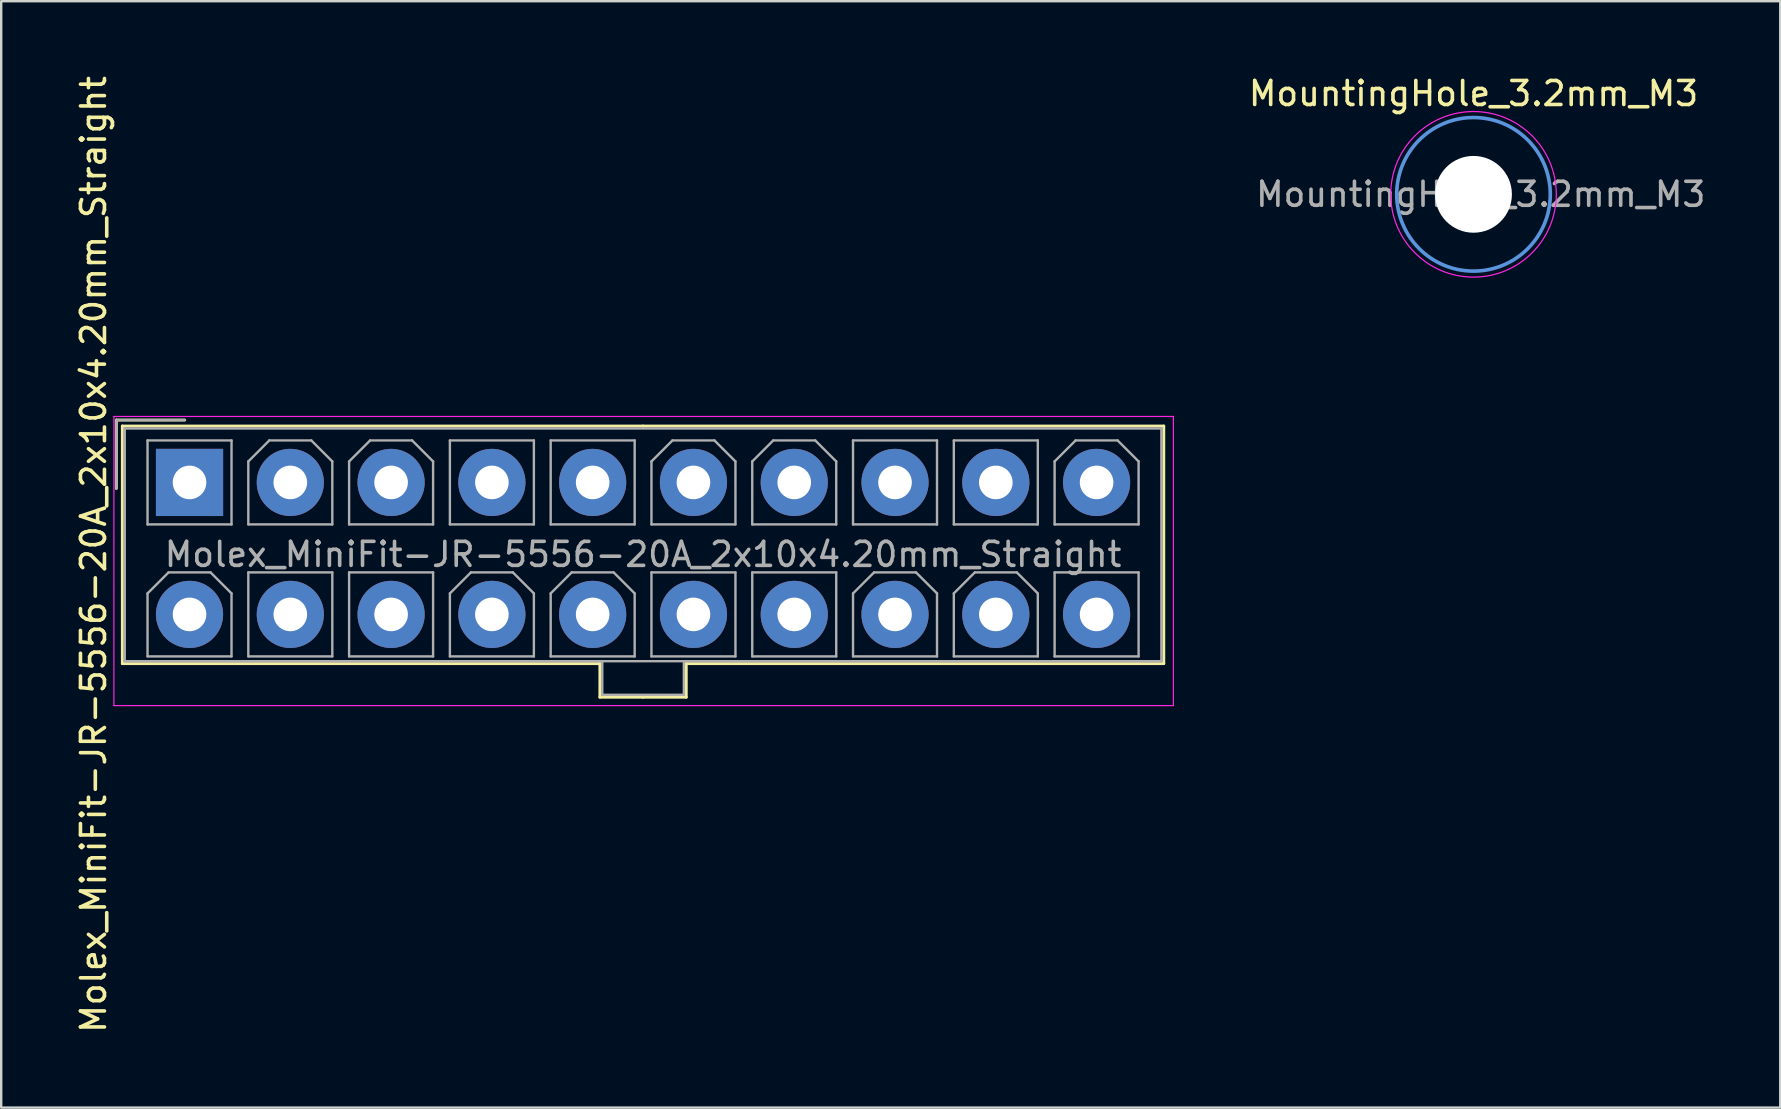
<source format=kicad_pcb>
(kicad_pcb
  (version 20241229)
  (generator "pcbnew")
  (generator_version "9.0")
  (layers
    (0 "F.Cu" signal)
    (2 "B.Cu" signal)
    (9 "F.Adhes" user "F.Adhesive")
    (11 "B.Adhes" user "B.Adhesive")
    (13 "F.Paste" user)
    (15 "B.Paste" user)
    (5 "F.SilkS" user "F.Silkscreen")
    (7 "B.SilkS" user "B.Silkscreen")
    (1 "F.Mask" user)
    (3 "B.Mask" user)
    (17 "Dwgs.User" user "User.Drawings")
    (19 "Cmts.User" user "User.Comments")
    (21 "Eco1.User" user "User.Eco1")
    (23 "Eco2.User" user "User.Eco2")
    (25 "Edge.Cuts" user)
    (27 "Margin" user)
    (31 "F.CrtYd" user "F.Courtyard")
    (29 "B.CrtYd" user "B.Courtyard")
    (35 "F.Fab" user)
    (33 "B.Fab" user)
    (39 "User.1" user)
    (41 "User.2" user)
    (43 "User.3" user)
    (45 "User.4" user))
  (footprint "Molex_MiniFit-JR-5556-20A_2x10x4.20mm_Straight"
    (layer "F.Cu")
    (at 4.848 17.054)
    (property "Reference" "Molex_MiniFit-JR-5556-20A_2x10x4.20mm_Straight" (at -4 3 90) (layer "F.SilkS") (effects (font (size 1 1) (thickness 0.15))))
    (attr through_hole)
    (fp_line (start -3.05 -2.6) (end -3.05 0.25) (stroke (width 0.12) (type solid)) (layer "F.SilkS"))
    (fp_line (start -2.8 -2.35) (end -2.8 7.55) (stroke (width 0.12) (type solid)) (layer "F.SilkS"))
    (fp_line (start -2.8 7.55) (end 17.1 7.55) (stroke (width 0.12) (type solid)) (layer "F.SilkS"))
    (fp_line (start -0.2 -2.6) (end -3.05 -2.6) (stroke (width 0.12) (type solid)) (layer "F.SilkS"))
    (fp_line (start 17.1 7.55) (end 17.1 8.95) (stroke (width 0.12) (type solid)) (layer "F.SilkS"))
    (fp_line (start 17.1 8.95) (end 18.9 8.95) (stroke (width 0.12) (type solid)) (layer "F.SilkS"))
    (fp_line (start 18.9 -2.35) (end -2.8 -2.35) (stroke (width 0.12) (type solid)) (layer "F.SilkS"))
    (fp_line (start 18.9 -2.35) (end 40.6 -2.35) (stroke (width 0.12) (type solid)) (layer "F.SilkS"))
    (fp_line (start 20.7 7.55) (end 20.7 8.95) (stroke (width 0.12) (type solid)) (layer "F.SilkS"))
    (fp_line (start 20.7 8.95) (end 18.9 8.95) (stroke (width 0.12) (type solid)) (layer "F.SilkS"))
    (fp_line (start 40.6 -2.35) (end 40.6 7.55) (stroke (width 0.12) (type solid)) (layer "F.SilkS"))
    (fp_line (start 40.6 7.55) (end 20.7 7.55) (stroke (width 0.12) (type solid)) (layer "F.SilkS"))
    (fp_line (start -3.15 -2.75) (end -3.15 9.3) (stroke (width 0.05) (type solid)) (layer "F.CrtYd"))
    (fp_line (start -3.15 9.3) (end 41 9.3) (stroke (width 0.05) (type solid)) (layer "F.CrtYd"))
    (fp_line (start 41 -2.75) (end -3.15 -2.75) (stroke (width 0.05) (type solid)) (layer "F.CrtYd"))
    (fp_line (start 41 9.3) (end 41 -2.75) (stroke (width 0.05) (type solid)) (layer "F.CrtYd"))
    (fp_line (start -3.05 -2.6) (end -3.05 0.25) (stroke (width 0.1) (type solid)) (layer "F.Fab"))
    (fp_line (start -2.7 -2.25) (end -2.7 7.45) (stroke (width 0.1) (type solid)) (layer "F.Fab"))
    (fp_line (start -2.7 7.45) (end 40.5 7.45) (stroke (width 0.1) (type solid)) (layer "F.Fab"))
    (fp_line (start -1.75 -1.75) (end -1.75 1.75) (stroke (width 0.1) (type solid)) (layer "F.Fab"))
    (fp_line (start -1.75 1.75) (end 1.75 1.75) (stroke (width 0.1) (type solid)) (layer "F.Fab"))
    (fp_line (start -1.75 4.625) (end -0.875 3.75) (stroke (width 0.1) (type solid)) (layer "F.Fab"))
    (fp_line (start -1.75 7.25) (end -1.75 4.625) (stroke (width 0.1) (type solid)) (layer "F.Fab"))
    (fp_line (start -0.875 3.75) (end 0.875 3.75) (stroke (width 0.1) (type solid)) (layer "F.Fab"))
    (fp_line (start -0.2 -2.6) (end -3.05 -2.6) (stroke (width 0.1) (type solid)) (layer "F.Fab"))
    (fp_line (start 0.875 3.75) (end 1.75 4.625) (stroke (width 0.1) (type solid)) (layer "F.Fab"))
    (fp_line (start 1.75 -1.75) (end -1.75 -1.75) (stroke (width 0.1) (type solid)) (layer "F.Fab"))
    (fp_line (start 1.75 1.75) (end 1.75 -1.75) (stroke (width 0.1) (type solid)) (layer "F.Fab"))
    (fp_line (start 1.75 4.625) (end 1.75 7.25) (stroke (width 0.1) (type solid)) (layer "F.Fab"))
    (fp_line (start 1.75 7.25) (end -1.75 7.25) (stroke (width 0.1) (type solid)) (layer "F.Fab"))
    (fp_line (start 2.45 -0.875) (end 3.325 -1.75) (stroke (width 0.1) (type solid)) (layer "F.Fab"))
    (fp_line (start 2.45 1.75) (end 2.45 -0.875) (stroke (width 0.1) (type solid)) (layer "F.Fab"))
    (fp_line (start 2.45 3.75) (end 2.45 7.25) (stroke (width 0.1) (type solid)) (layer "F.Fab"))
    (fp_line (start 2.45 7.25) (end 5.95 7.25) (stroke (width 0.1) (type solid)) (layer "F.Fab"))
    (fp_line (start 3.325 -1.75) (end 5.075 -1.75) (stroke (width 0.1) (type solid)) (layer "F.Fab"))
    (fp_line (start 5.075 -1.75) (end 5.95 -0.875) (stroke (width 0.1) (type solid)) (layer "F.Fab"))
    (fp_line (start 5.95 -0.875) (end 5.95 1.75) (stroke (width 0.1) (type solid)) (layer "F.Fab"))
    (fp_line (start 5.95 1.75) (end 2.45 1.75) (stroke (width 0.1) (type solid)) (layer "F.Fab"))
    (fp_line (start 5.95 3.75) (end 2.45 3.75) (stroke (width 0.1) (type solid)) (layer "F.Fab"))
    (fp_line (start 5.95 7.25) (end 5.95 3.75) (stroke (width 0.1) (type solid)) (layer "F.Fab"))
    (fp_line (start 6.65 -0.875) (end 7.525 -1.75) (stroke (width 0.1) (type solid)) (layer "F.Fab"))
    (fp_line (start 6.65 1.75) (end 6.65 -0.875) (stroke (width 0.1) (type solid)) (layer "F.Fab"))
    (fp_line (start 6.65 3.75) (end 6.65 7.25) (stroke (width 0.1) (type solid)) (layer "F.Fab"))
    (fp_line (start 6.65 7.25) (end 10.15 7.25) (stroke (width 0.1) (type solid)) (layer "F.Fab"))
    (fp_line (start 7.525 -1.75) (end 9.275 -1.75) (stroke (width 0.1) (type solid)) (layer "F.Fab"))
    (fp_line (start 9.275 -1.75) (end 10.15 -0.875) (stroke (width 0.1) (type solid)) (layer "F.Fab"))
    (fp_line (start 10.15 -0.875) (end 10.15 1.75) (stroke (width 0.1) (type solid)) (layer "F.Fab"))
    (fp_line (start 10.15 1.75) (end 6.65 1.75) (stroke (width 0.1) (type solid)) (layer "F.Fab"))
    (fp_line (start 10.15 3.75) (end 6.65 3.75) (stroke (width 0.1) (type solid)) (layer "F.Fab"))
    (fp_line (start 10.15 7.25) (end 10.15 3.75) (stroke (width 0.1) (type solid)) (layer "F.Fab"))
    (fp_line (start 10.85 -1.75) (end 10.85 1.75) (stroke (width 0.1) (type solid)) (layer "F.Fab"))
    (fp_line (start 10.85 1.75) (end 14.35 1.75) (stroke (width 0.1) (type solid)) (layer "F.Fab"))
    (fp_line (start 10.85 4.625) (end 11.725 3.75) (stroke (width 0.1) (type solid)) (layer "F.Fab"))
    (fp_line (start 10.85 7.25) (end 10.85 4.625) (stroke (width 0.1) (type solid)) (layer "F.Fab"))
    (fp_line (start 11.725 3.75) (end 13.475 3.75) (stroke (width 0.1) (type solid)) (layer "F.Fab"))
    (fp_line (start 13.475 3.75) (end 14.35 4.625) (stroke (width 0.1) (type solid)) (layer "F.Fab"))
    (fp_line (start 14.35 -1.75) (end 10.85 -1.75) (stroke (width 0.1) (type solid)) (layer "F.Fab"))
    (fp_line (start 14.35 1.75) (end 14.35 -1.75) (stroke (width 0.1) (type solid)) (layer "F.Fab"))
    (fp_line (start 14.35 4.625) (end 14.35 7.25) (stroke (width 0.1) (type solid)) (layer "F.Fab"))
    (fp_line (start 14.35 7.25) (end 10.85 7.25) (stroke (width 0.1) (type solid)) (layer "F.Fab"))
    (fp_line (start 15.05 -1.75) (end 15.05 1.75) (stroke (width 0.1) (type solid)) (layer "F.Fab"))
    (fp_line (start 15.05 1.75) (end 18.55 1.75) (stroke (width 0.1) (type solid)) (layer "F.Fab"))
    (fp_line (start 15.05 4.625) (end 15.925 3.75) (stroke (width 0.1) (type solid)) (layer "F.Fab"))
    (fp_line (start 15.05 7.25) (end 15.05 4.625) (stroke (width 0.1) (type solid)) (layer "F.Fab"))
    (fp_line (start 15.925 3.75) (end 17.675 3.75) (stroke (width 0.1) (type solid)) (layer "F.Fab"))
    (fp_line (start 17.2 7.45) (end 17.2 8.85) (stroke (width 0.1) (type solid)) (layer "F.Fab"))
    (fp_line (start 17.2 8.85) (end 20.6 8.85) (stroke (width 0.1) (type solid)) (layer "F.Fab"))
    (fp_line (start 17.675 3.75) (end 18.55 4.625) (stroke (width 0.1) (type solid)) (layer "F.Fab"))
    (fp_line (start 18.55 -1.75) (end 15.05 -1.75) (stroke (width 0.1) (type solid)) (layer "F.Fab"))
    (fp_line (start 18.55 1.75) (end 18.55 -1.75) (stroke (width 0.1) (type solid)) (layer "F.Fab"))
    (fp_line (start 18.55 4.625) (end 18.55 7.25) (stroke (width 0.1) (type solid)) (layer "F.Fab"))
    (fp_line (start 18.55 7.25) (end 15.05 7.25) (stroke (width 0.1) (type solid)) (layer "F.Fab"))
    (fp_line (start 19.25 -0.875) (end 20.125 -1.75) (stroke (width 0.1) (type solid)) (layer "F.Fab"))
    (fp_line (start 19.25 1.75) (end 19.25 -0.875) (stroke (width 0.1) (type solid)) (layer "F.Fab"))
    (fp_line (start 19.25 3.75) (end 19.25 7.25) (stroke (width 0.1) (type solid)) (layer "F.Fab"))
    (fp_line (start 19.25 7.25) (end 22.75 7.25) (stroke (width 0.1) (type solid)) (layer "F.Fab"))
    (fp_line (start 20.125 -1.75) (end 21.875 -1.75) (stroke (width 0.1) (type solid)) (layer "F.Fab"))
    (fp_line (start 20.6 8.85) (end 20.6 7.45) (stroke (width 0.1) (type solid)) (layer "F.Fab"))
    (fp_line (start 21.875 -1.75) (end 22.75 -0.875) (stroke (width 0.1) (type solid)) (layer "F.Fab"))
    (fp_line (start 22.75 -0.875) (end 22.75 1.75) (stroke (width 0.1) (type solid)) (layer "F.Fab"))
    (fp_line (start 22.75 1.75) (end 19.25 1.75) (stroke (width 0.1) (type solid)) (layer "F.Fab"))
    (fp_line (start 22.75 3.75) (end 19.25 3.75) (stroke (width 0.1) (type solid)) (layer "F.Fab"))
    (fp_line (start 22.75 7.25) (end 22.75 3.75) (stroke (width 0.1) (type solid)) (layer "F.Fab"))
    (fp_line (start 23.45 -0.875) (end 24.325 -1.75) (stroke (width 0.1) (type solid)) (layer "F.Fab"))
    (fp_line (start 23.45 1.75) (end 23.45 -0.875) (stroke (width 0.1) (type solid)) (layer "F.Fab"))
    (fp_line (start 23.45 3.75) (end 23.45 7.25) (stroke (width 0.1) (type solid)) (layer "F.Fab"))
    (fp_line (start 23.45 7.25) (end 26.95 7.25) (stroke (width 0.1) (type solid)) (layer "F.Fab"))
    (fp_line (start 24.325 -1.75) (end 26.075 -1.75) (stroke (width 0.1) (type solid)) (layer "F.Fab"))
    (fp_line (start 26.075 -1.75) (end 26.95 -0.875) (stroke (width 0.1) (type solid)) (layer "F.Fab"))
    (fp_line (start 26.95 -0.875) (end 26.95 1.75) (stroke (width 0.1) (type solid)) (layer "F.Fab"))
    (fp_line (start 26.95 1.75) (end 23.45 1.75) (stroke (width 0.1) (type solid)) (layer "F.Fab"))
    (fp_line (start 26.95 3.75) (end 23.45 3.75) (stroke (width 0.1) (type solid)) (layer "F.Fab"))
    (fp_line (start 26.95 7.25) (end 26.95 3.75) (stroke (width 0.1) (type solid)) (layer "F.Fab"))
    (fp_line (start 27.65 -1.75) (end 27.65 1.75) (stroke (width 0.1) (type solid)) (layer "F.Fab"))
    (fp_line (start 27.65 1.75) (end 31.15 1.75) (stroke (width 0.1) (type solid)) (layer "F.Fab"))
    (fp_line (start 27.65 4.625) (end 28.525 3.75) (stroke (width 0.1) (type solid)) (layer "F.Fab"))
    (fp_line (start 27.65 7.25) (end 27.65 4.625) (stroke (width 0.1) (type solid)) (layer "F.Fab"))
    (fp_line (start 28.525 3.75) (end 30.275 3.75) (stroke (width 0.1) (type solid)) (layer "F.Fab"))
    (fp_line (start 30.275 3.75) (end 31.15 4.625) (stroke (width 0.1) (type solid)) (layer "F.Fab"))
    (fp_line (start 31.15 -1.75) (end 27.65 -1.75) (stroke (width 0.1) (type solid)) (layer "F.Fab"))
    (fp_line (start 31.15 1.75) (end 31.15 -1.75) (stroke (width 0.1) (type solid)) (layer "F.Fab"))
    (fp_line (start 31.15 4.625) (end 31.15 7.25) (stroke (width 0.1) (type solid)) (layer "F.Fab"))
    (fp_line (start 31.15 7.25) (end 27.65 7.25) (stroke (width 0.1) (type solid)) (layer "F.Fab"))
    (fp_line (start 31.85 -1.75) (end 31.85 1.75) (stroke (width 0.1) (type solid)) (layer "F.Fab"))
    (fp_line (start 31.85 1.75) (end 35.35 1.75) (stroke (width 0.1) (type solid)) (layer "F.Fab"))
    (fp_line (start 31.85 4.625) (end 32.725 3.75) (stroke (width 0.1) (type solid)) (layer "F.Fab"))
    (fp_line (start 31.85 7.25) (end 31.85 4.625) (stroke (width 0.1) (type solid)) (layer "F.Fab"))
    (fp_line (start 32.725 3.75) (end 34.475 3.75) (stroke (width 0.1) (type solid)) (layer "F.Fab"))
    (fp_line (start 34.475 3.75) (end 35.35 4.625) (stroke (width 0.1) (type solid)) (layer "F.Fab"))
    (fp_line (start 35.35 -1.75) (end 31.85 -1.75) (stroke (width 0.1) (type solid)) (layer "F.Fab"))
    (fp_line (start 35.35 1.75) (end 35.35 -1.75) (stroke (width 0.1) (type solid)) (layer "F.Fab"))
    (fp_line (start 35.35 4.625) (end 35.35 7.25) (stroke (width 0.1) (type solid)) (layer "F.Fab"))
    (fp_line (start 35.35 7.25) (end 31.85 7.25) (stroke (width 0.1) (type solid)) (layer "F.Fab"))
    (fp_line (start 36.05 -0.875) (end 36.925 -1.75) (stroke (width 0.1) (type solid)) (layer "F.Fab"))
    (fp_line (start 36.05 1.75) (end 36.05 -0.875) (stroke (width 0.1) (type solid)) (layer "F.Fab"))
    (fp_line (start 36.05 3.75) (end 36.05 7.25) (stroke (width 0.1) (type solid)) (layer "F.Fab"))
    (fp_line (start 36.05 7.25) (end 39.55 7.25) (stroke (width 0.1) (type solid)) (layer "F.Fab"))
    (fp_line (start 36.925 -1.75) (end 38.675 -1.75) (stroke (width 0.1) (type solid)) (layer "F.Fab"))
    (fp_line (start 38.675 -1.75) (end 39.55 -0.875) (stroke (width 0.1) (type solid)) (layer "F.Fab"))
    (fp_line (start 39.55 -0.875) (end 39.55 1.75) (stroke (width 0.1) (type solid)) (layer "F.Fab"))
    (fp_line (start 39.55 1.75) (end 36.05 1.75) (stroke (width 0.1) (type solid)) (layer "F.Fab"))
    (fp_line (start 39.55 3.75) (end 36.05 3.75) (stroke (width 0.1) (type solid)) (layer "F.Fab"))
    (fp_line (start 39.55 7.25) (end 39.55 3.75) (stroke (width 0.1) (type solid)) (layer "F.Fab"))
    (fp_line (start 40.5 -2.25) (end -2.7 -2.25) (stroke (width 0.1) (type solid)) (layer "F.Fab"))
    (fp_line (start 40.5 7.45) (end 40.5 -2.25) (stroke (width 0.1) (type solid)) (layer "F.Fab"))
    (fp_text user "${REFERENCE}" (at 18.9 3 0) (layer "F.Fab") (effects (font (size 1 1) (thickness 0.15))))
    (pad "1" thru_hole rect (at 0 0) (size 2.8 2.8) (drill 1.4) (layers "*.Cu" "*.Mask"))
    (pad "2" thru_hole circle (at 4.2 0) (size 2.8 2.8) (drill 1.4) (layers "*.Cu" "*.Mask"))
    (pad "3" thru_hole circle (at 8.4 0) (size 2.8 2.8) (drill 1.4) (layers "*.Cu" "*.Mask"))
    (pad "4" thru_hole circle (at 12.6 0) (size 2.8 2.8) (drill 1.4) (layers "*.Cu" "*.Mask"))
    (pad "5" thru_hole circle (at 16.8 0) (size 2.8 2.8) (drill 1.4) (layers "*.Cu" "*.Mask"))
    (pad "6" thru_hole circle (at 21 0) (size 2.8 2.8) (drill 1.4) (layers "*.Cu" "*.Mask"))
    (pad "7" thru_hole circle (at 25.2 0) (size 2.8 2.8) (drill 1.4) (layers "*.Cu" "*.Mask"))
    (pad "8" thru_hole circle (at 29.4 0) (size 2.8 2.8) (drill 1.4) (layers "*.Cu" "*.Mask"))
    (pad "9" thru_hole circle (at 33.6 0) (size 2.8 2.8) (drill 1.4) (layers "*.Cu" "*.Mask"))
    (pad "10" thru_hole circle (at 37.8 0) (size 2.8 2.8) (drill 1.4) (layers "*.Cu" "*.Mask"))
    (pad "11" thru_hole circle (at 0 5.5) (size 2.8 2.8) (drill 1.4) (layers "*.Cu" "*.Mask"))
    (pad "12" thru_hole circle (at 4.2 5.5) (size 2.8 2.8) (drill 1.4) (layers "*.Cu" "*.Mask"))
    (pad "13" thru_hole circle (at 8.4 5.5) (size 2.8 2.8) (drill 1.4) (layers "*.Cu" "*.Mask"))
    (pad "14" thru_hole circle (at 12.6 5.5) (size 2.8 2.8) (drill 1.4) (layers "*.Cu" "*.Mask"))
    (pad "15" thru_hole circle (at 16.8 5.5) (size 2.8 2.8) (drill 1.4) (layers "*.Cu" "*.Mask"))
    (pad "16" thru_hole circle (at 21 5.5) (size 2.8 2.8) (drill 1.4) (layers "*.Cu" "*.Mask"))
    (pad "17" thru_hole circle (at 25.2 5.5) (size 2.8 2.8) (drill 1.4) (layers "*.Cu" "*.Mask"))
    (pad "18" thru_hole circle (at 29.4 5.5) (size 2.8 2.8) (drill 1.4) (layers "*.Cu" "*.Mask"))
    (pad "19" thru_hole circle (at 33.6 5.5) (size 2.8 2.8) (drill 1.4) (layers "*.Cu" "*.Mask"))
    (pad "20" thru_hole circle (at 37.8 5.5) (size 2.8 2.8) (drill 1.4) (layers "*.Cu" "*.Mask")))
  (footprint "MountingHole_3.2mm_M3"
    (layer "F.Cu")
    (at 58.355 5.048)
    (property "Reference" "MountingHole_3.2mm_M3" (at 0 -4.2 0) (layer "F.SilkS") (effects (font (size 1 1) (thickness 0.15))))
    (attr exclude_from_pos_files exclude_from_bom)
    (fp_circle (center 0 0) (end 3.2 0) (stroke (width 0.15) (type solid)) (fill no) (layer "Cmts.User"))
    (fp_circle (center 0 0) (end 3.45 0) (stroke (width 0.05) (type solid)) (fill no) (layer "F.CrtYd"))
    (fp_text user "${REFERENCE}" (at 0.3 0 0) (layer "F.Fab") (effects (font (size 1 1) (thickness 0.15))))
    (pad "" np_thru_hole circle (at 0 0) (size 3.2 3.2) (drill 3.2) (layers "*.Cu" "*.Mask")))
  (gr_rect
    (start -3 -3)
    (end 71.138 43.107)
    (stroke (width 0.1) (type default))
    (fill no)
    (layer "Edge.Cuts")))
</source>
